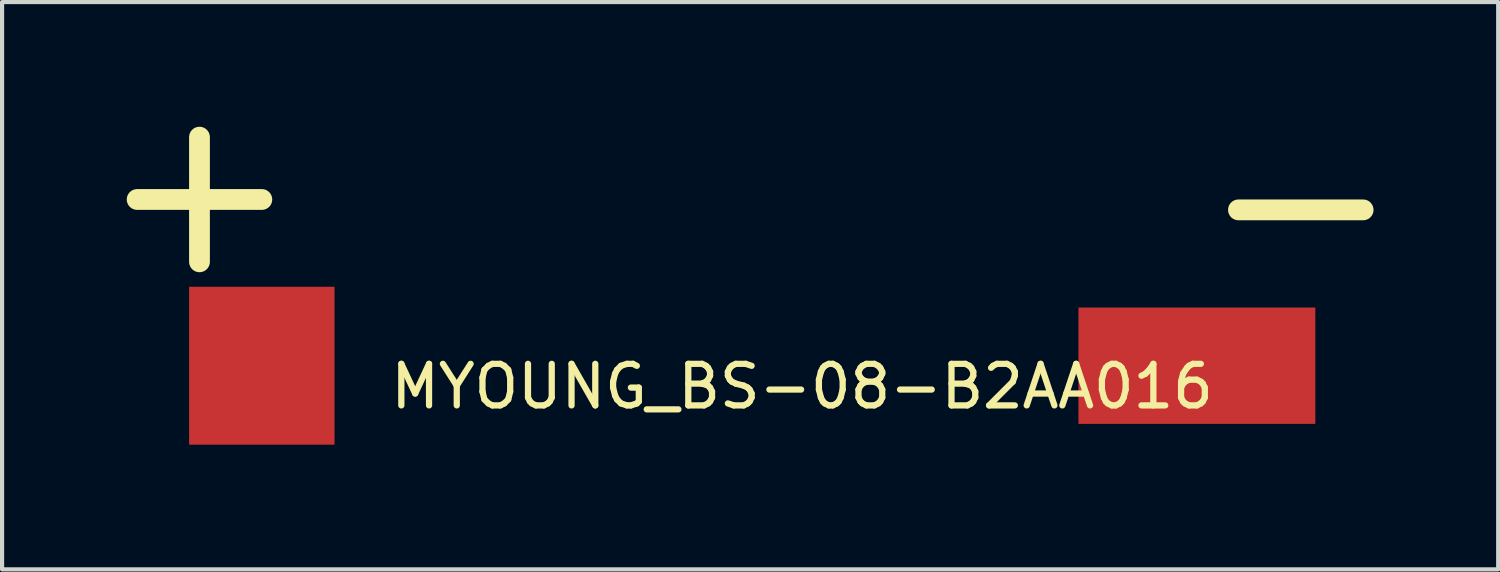
<source format=kicad_pcb>
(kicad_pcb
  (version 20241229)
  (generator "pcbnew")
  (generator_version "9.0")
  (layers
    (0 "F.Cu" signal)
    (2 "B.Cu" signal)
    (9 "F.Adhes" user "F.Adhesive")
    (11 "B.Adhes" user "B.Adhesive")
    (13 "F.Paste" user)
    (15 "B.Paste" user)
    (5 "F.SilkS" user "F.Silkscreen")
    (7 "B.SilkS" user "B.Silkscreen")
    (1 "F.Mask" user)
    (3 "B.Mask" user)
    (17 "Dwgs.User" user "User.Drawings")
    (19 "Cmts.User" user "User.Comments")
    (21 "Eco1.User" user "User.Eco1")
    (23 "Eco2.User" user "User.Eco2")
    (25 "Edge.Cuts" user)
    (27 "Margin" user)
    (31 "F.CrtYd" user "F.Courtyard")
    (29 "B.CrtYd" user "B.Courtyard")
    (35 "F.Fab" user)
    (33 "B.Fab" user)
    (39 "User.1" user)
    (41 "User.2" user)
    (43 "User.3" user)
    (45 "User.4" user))
  (footprint "MYOUNG_BS-08-B2AA016"
    (layer "F.Cu")
    (at 16.25 5.75)
    (property "Reference" "MYOUNG_BS-08-B2AA016" (at 0 0.5 0) (layer "F.SilkS") (effects (font (size 1 1) (thickness 0.15))))
    (attr through_hole)
    (fp_line (start -16 -4) (end -13 -4) (stroke (width 0.5) (type solid)) (layer "F.SilkS"))
    (fp_line (start -14.5 -2.5) (end -14.5 -5.5) (stroke (width 0.5) (type solid)) (layer "F.SilkS"))
    (fp_line (start 10.5 -3.75) (end 13.5 -3.75) (stroke (width 0.5) (type solid)) (layer "F.SilkS"))
    (pad "1" smd rect (at -13 0) (size 3.5 3.8) (layers "F.Cu" "F.Mask" "F.Paste"))
    (pad "2" smd rect (at 9.5 0) (size 5.7 2.8) (layers "F.Cu" "F.Mask" "F.Paste")))
  (gr_rect
    (start -3 -3)
    (end 33 10.65)
    (stroke (width 0.1) (type default))
    (fill no)
    (layer "Edge.Cuts")))
</source>
